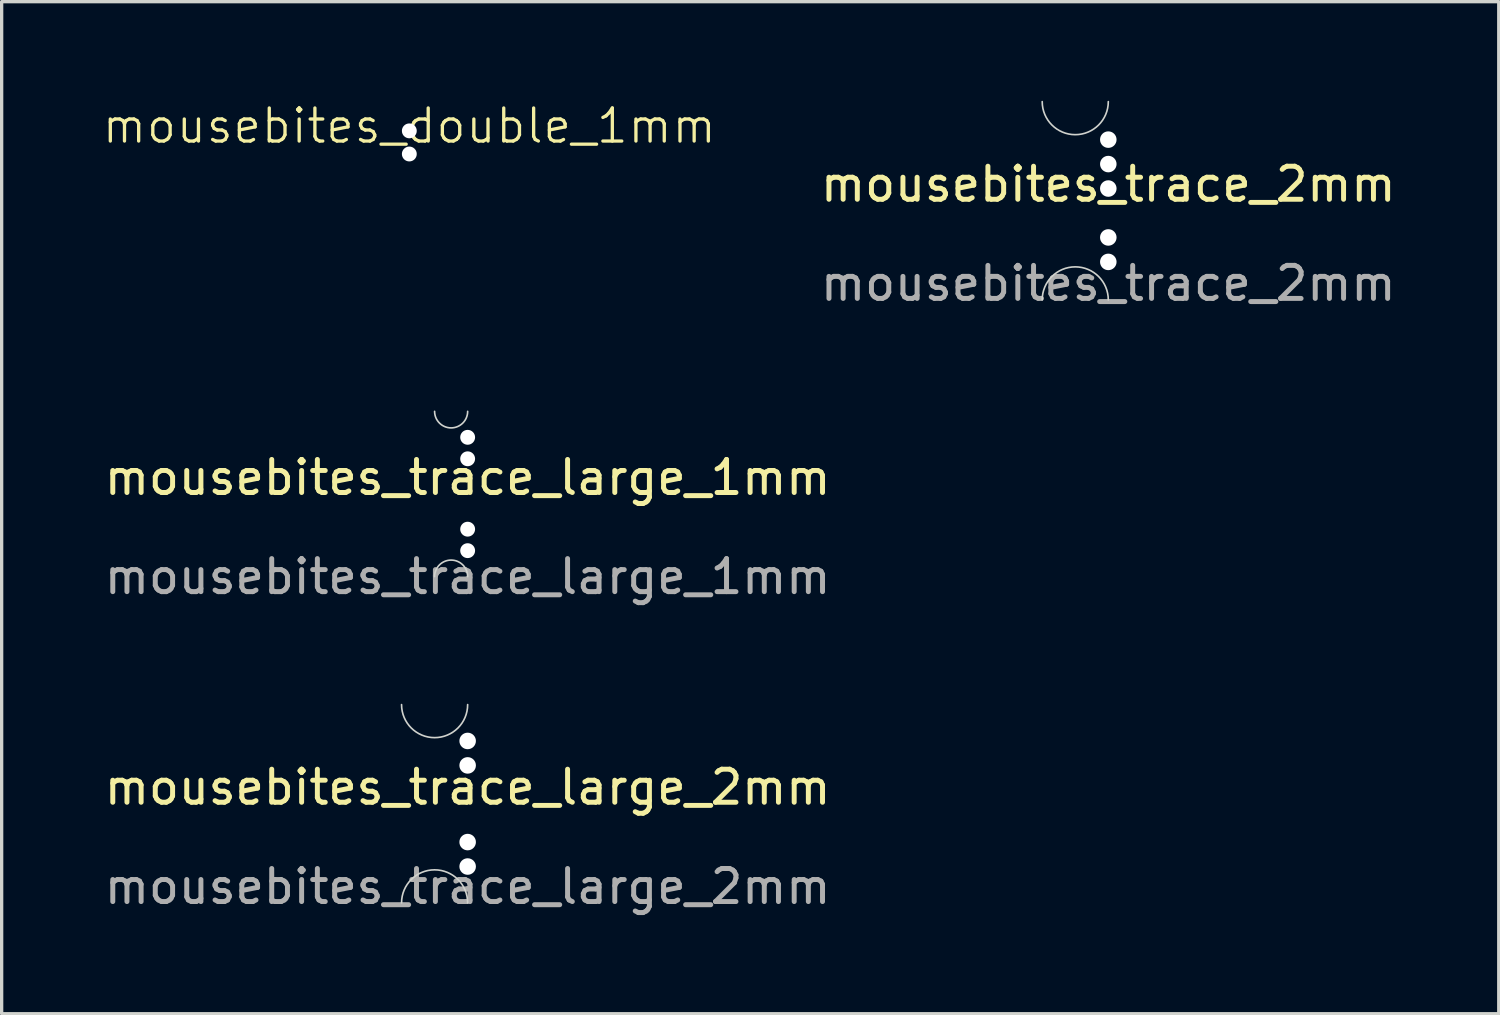
<source format=kicad_pcb>
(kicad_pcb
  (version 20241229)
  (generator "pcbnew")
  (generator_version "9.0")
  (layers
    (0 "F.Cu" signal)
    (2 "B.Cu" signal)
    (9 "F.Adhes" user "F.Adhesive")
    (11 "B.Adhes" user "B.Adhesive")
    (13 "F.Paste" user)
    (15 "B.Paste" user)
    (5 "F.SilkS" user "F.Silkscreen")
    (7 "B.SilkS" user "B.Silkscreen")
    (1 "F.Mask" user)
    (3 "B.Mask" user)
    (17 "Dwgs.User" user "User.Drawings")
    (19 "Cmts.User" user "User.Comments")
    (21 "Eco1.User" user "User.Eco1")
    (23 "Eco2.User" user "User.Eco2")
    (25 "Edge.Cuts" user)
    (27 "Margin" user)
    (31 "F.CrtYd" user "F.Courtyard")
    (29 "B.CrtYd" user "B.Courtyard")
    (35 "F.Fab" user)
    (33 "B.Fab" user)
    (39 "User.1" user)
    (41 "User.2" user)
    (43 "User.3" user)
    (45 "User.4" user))
  (footprint "mousebites_trace_large_2mm"
    (layer "F.Cu")
    (at 11.101 21.271)
    (property "Reference" "mousebites_trace_large_2mm" (at 0 -0.5 0) (unlocked yes) (layer "F.SilkS") (effects (font (size 1 1) (thickness 0.15))))
    (attr through_hole board_only exclude_from_pos_files exclude_from_bom)
    (fp_arc (start -2 3) (mid -1 2) (end 0 3) (stroke (width 0.05) (type solid)) (layer "Edge.Cuts"))
    (fp_arc (start 0 -3) (mid -1 -2) (end -2 -3) (stroke (width 0.05) (type solid)) (layer "Edge.Cuts"))
    (fp_text user "${REFERENCE}" (at 0 2.505 0) (unlocked yes) (layer "F.Fab") (effects (font (size 1 1) (thickness 0.15))))
    (pad "" np_thru_hole circle (at 0 -1.9) (size 0.5 0.5) (drill 0.5) (layers "*.Cu" "*.Mask"))
    (pad "" np_thru_hole circle (at 0 -1.16) (size 0.5 0.5) (drill 0.5) (layers "*.Cu" "*.Mask"))
    (pad "" np_thru_hole circle (at 0 1.16) (size 0.5 0.5) (drill 0.5) (layers "*.Cu" "*.Mask"))
    (pad "" np_thru_hole circle (at 0 1.9) (size 0.5 0.5) (drill 0.5) (layers "*.Cu" "*.Mask")))
  (footprint "mousebites_double_1mm"
    (layer "F.Cu")
    (at 9.336 1.26)
    (property "Reference" "mousebites_double_1mm" (at 0 -0.5 0) (unlocked yes) (layer "F.SilkS") (effects (font (size 1 1) (thickness 0.1))))
    (attr through_hole board_only exclude_from_pos_files exclude_from_bom)
    (pad "" np_thru_hole circle (at 0 -0.35) (size 0.45 0.45) (drill 0.45) (layers "*.Cu" "*.Mask"))
    (pad "" np_thru_hole circle (at 0 0.35) (size 0.45 0.45) (drill 0.45) (layers "*.Cu" "*.Mask")))
  (footprint "mousebites_trace_2mm"
    (layer "F.Cu")
    (at 30.487 3.025)
    (property "Reference" "mousebites_trace_2mm" (at 0 -0.5 0) (unlocked yes) (layer "F.SilkS") (effects (font (size 1 1) (thickness 0.15))))
    (attr through_hole board_only exclude_from_pos_files exclude_from_bom)
    (fp_arc (start -2 3) (mid -1 2) (end 0 3) (stroke (width 0.05) (type solid)) (layer "Edge.Cuts"))
    (fp_arc (start 0 -3) (mid -1 -2) (end -2 -3) (stroke (width 0.05) (type solid)) (layer "Edge.Cuts"))
    (fp_text user "${REFERENCE}" (at 0 2.5 0) (unlocked yes) (layer "F.Fab") (effects (font (size 1 1) (thickness 0.15))))
    (pad "" np_thru_hole circle (at 0 -1.85) (size 0.5 0.5) (drill 0.5) (layers "*.Cu" "*.Mask"))
    (pad "" np_thru_hole circle (at 0 -1.11) (size 0.5 0.5) (drill 0.5) (layers "*.Cu" "*.Mask"))
    (pad "" np_thru_hole circle (at 0 -0.37) (size 0.5 0.5) (drill 0.5) (layers "*.Cu" "*.Mask"))
    (pad "" np_thru_hole circle (at 0 1.11) (size 0.5 0.5) (drill 0.5) (layers "*.Cu" "*.Mask"))
    (pad "" np_thru_hole circle (at 0 1.85) (size 0.5 0.5) (drill 0.5) (layers "*.Cu" "*.Mask")))
  (footprint "mousebites_trace_large_1mm"
    (layer "F.Cu")
    (at 11.101 11.898)
    (property "Reference" "mousebites_trace_large_1mm" (at 0 -0.5 0) (unlocked yes) (layer "F.SilkS") (effects (font (size 1 1) (thickness 0.15))))
    (attr through_hole board_only exclude_from_pos_files exclude_from_bom)
    (fp_arc (start -1 2.5) (mid -0.5 2) (end 0 2.5) (stroke (width 0.05) (type solid)) (layer "Edge.Cuts"))
    (fp_arc (start 0 -2.5) (mid -0.5 -2) (end -1 -2.5) (stroke (width 0.05) (type solid)) (layer "Edge.Cuts"))
    (fp_text user "${REFERENCE}" (at 0 2.5 0) (unlocked yes) (layer "F.Fab") (effects (font (size 1 1) (thickness 0.15))))
    (pad "" np_thru_hole circle (at 0 -1.715) (size 0.45 0.45) (drill 0.45) (layers "*.Cu" "*.Mask"))
    (pad "" np_thru_hole circle (at 0 -1.065) (size 0.45 0.45) (drill 0.45) (layers "*.Cu" "*.Mask"))
    (pad "" np_thru_hole circle (at 0 1.065) (size 0.45 0.45) (drill 0.45) (layers "*.Cu" "*.Mask"))
    (pad "" np_thru_hole circle (at 0 1.715) (size 0.45 0.45) (drill 0.45) (layers "*.Cu" "*.Mask")))
  (gr_rect
    (start -3 -3)
    (end 42.302 27.625)
    (stroke (width 0.1) (type default))
    (fill no)
    (layer "Edge.Cuts")))
</source>
